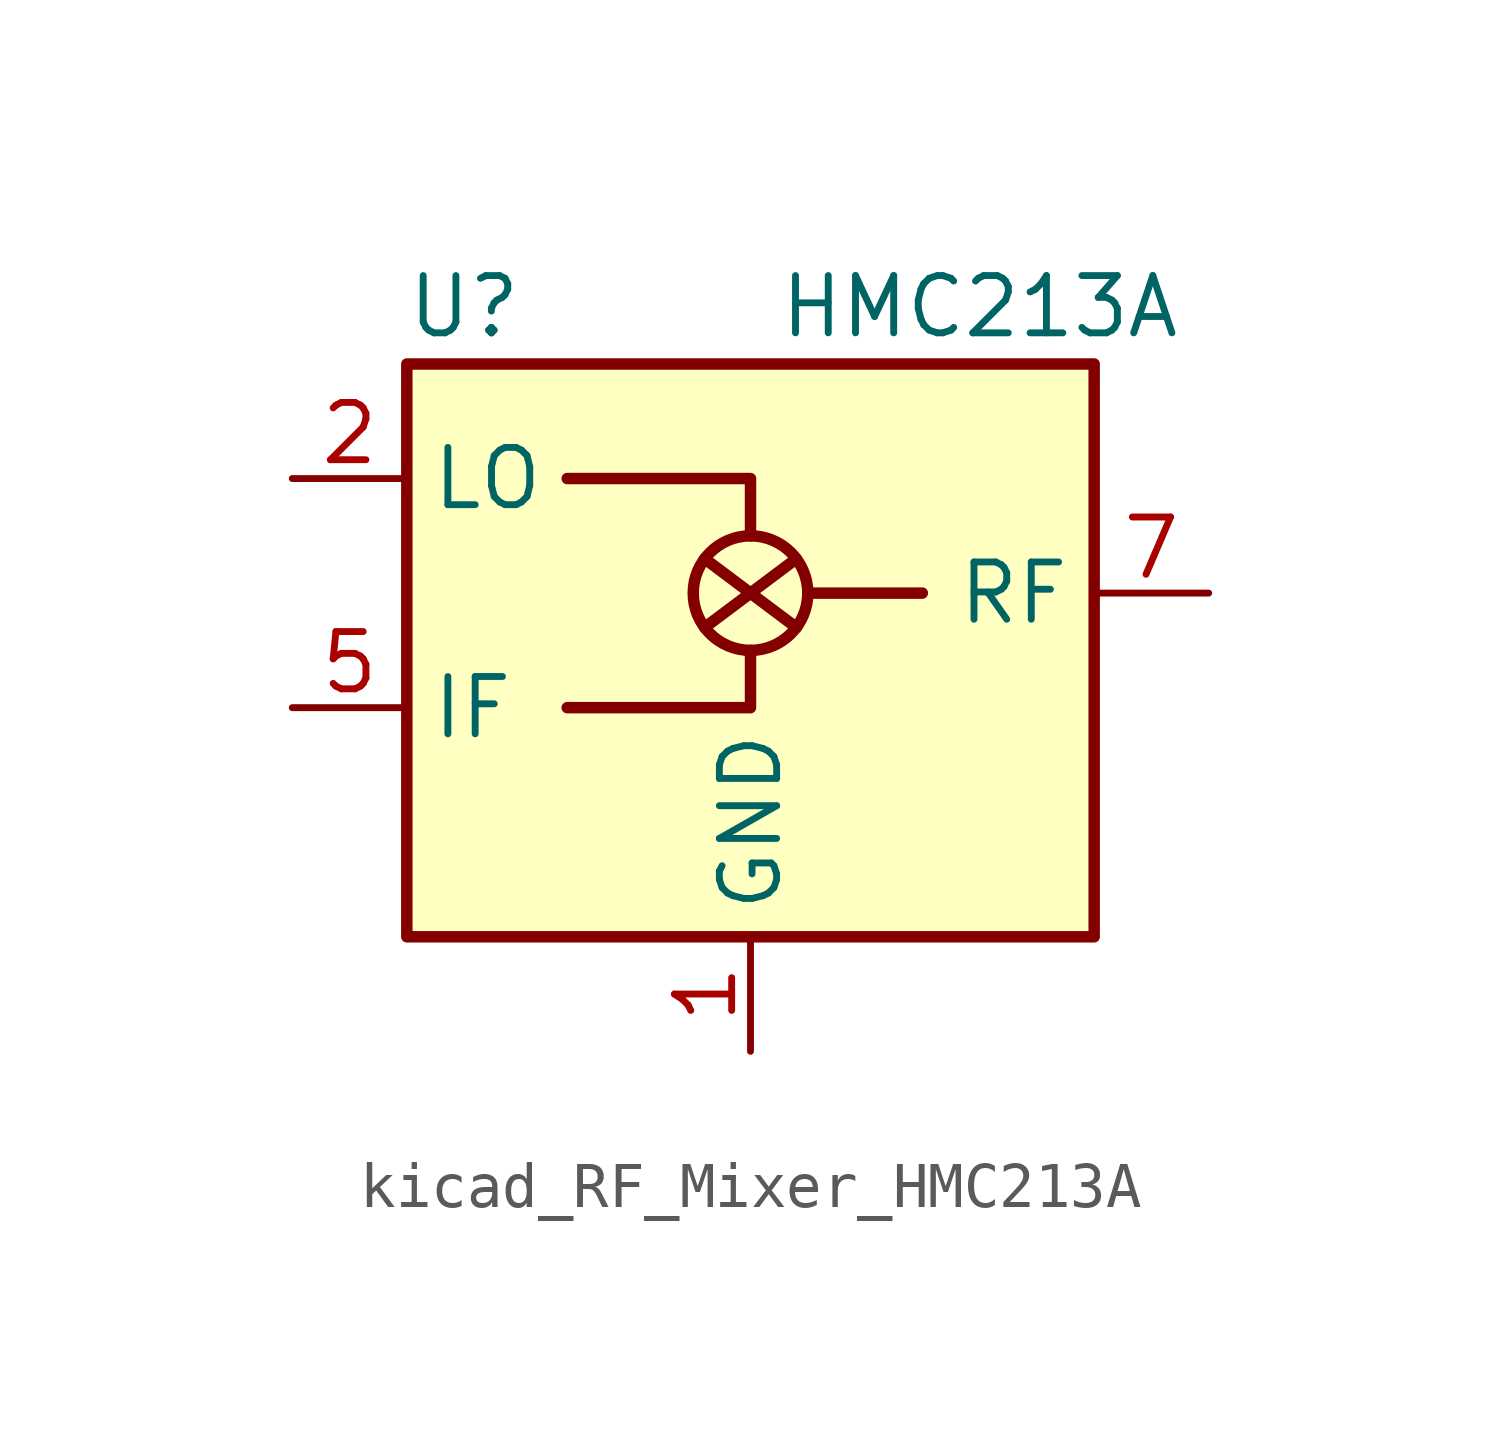
<source format=kicad_sym>
(kicad_symbol_lib
  (version 20220914)
  (generator kicad_symbol_editor)
  (symbol "kicad_RF_Mixer_HMC213A"
    (property "Reference" "U"
      (at -6.35 8.89 0)
      (effects (font (size 1.27 1.27))))
    (property "Value" "HMC213A"
      (at 5.08 8.89 0)
      (effects (font (size 1.27 1.27))))
    (symbol "kicad_RF_Mixer_HMC213A_0_1"
      (rectangle (start -7.62 7.62) (end 7.62 -5.08) (stroke (width 0.254) (type default)) (fill (type background)))
      (polyline (pts (xy -1.016 1.778) (xy 1.016 3.302)) (stroke (width 0.254) (type default)) (fill (type none)))
      (polyline (pts (xy -1.016 3.302) (xy 1.016 1.778)) (stroke (width 0.254) (type default)) (fill (type none)))
      (polyline (pts (xy 1.27 2.54) (xy 3.81 2.54)) (stroke (width 0.254) (type default)) (fill (type none)))
      (polyline (pts (xy 0 1.27) (xy 0 0) (xy -4.064 0)) (stroke (width 0.254) (type default)) (fill (type none)))
      (polyline (pts (xy 0 3.81) (xy 0 5.08) (xy -4.064 5.08)) (stroke (width 0.254) (type default)) (fill (type none)))
      (circle (center 0 2.54) (radius 1.27) (stroke (width 0.254) (type default)) (fill (type none))))
    (symbol "kicad_RF_Mixer_HMC213A_1_1"
      (pin power_in line (at 0 -7.62 90) (length 2.54) (name "GND" (effects (font (size 1.27 1.27)))) (number "1" (effects (font (size 1.27 1.27)))))
      (pin passive line (at -10.16 5.08 0) (length 2.54) (name "LO" (effects (font (size 1.27 1.27)))) (number "2" (effects (font (size 1.27 1.27)))))
      (pin passive line (at 0 -7.62 90) (length 2.54) hide (name "GND" (effects (font (size 1.27 1.27)))) (number "3" (effects (font (size 1.27 1.27)))))
      (pin no_connect line (at 5.08 -5.08 90) (length 2.54) hide (name "NC" (effects (font (size 1.27 1.27)))) (number "4" (effects (font (size 1.27 1.27)))))
      (pin passive line (at -10.16 0 0) (length 2.54) (name "IF" (effects (font (size 1.27 1.27)))) (number "5" (effects (font (size 1.27 1.27)))))
      (pin passive line (at 0 -7.62 90) (length 2.54) hide (name "GND" (effects (font (size 1.27 1.27)))) (number "6" (effects (font (size 1.27 1.27)))))
      (pin passive line (at 10.16 2.54 180) (length 2.54) (name "RF" (effects (font (size 1.27 1.27)))) (number "7" (effects (font (size 1.27 1.27)))))
      (pin passive line (at 0 -7.62 90) (length 2.54) hide (name "GND" (effects (font (size 1.27 1.27)))) (number "8" (effects (font (size 1.27 1.27))))))))
</source>
